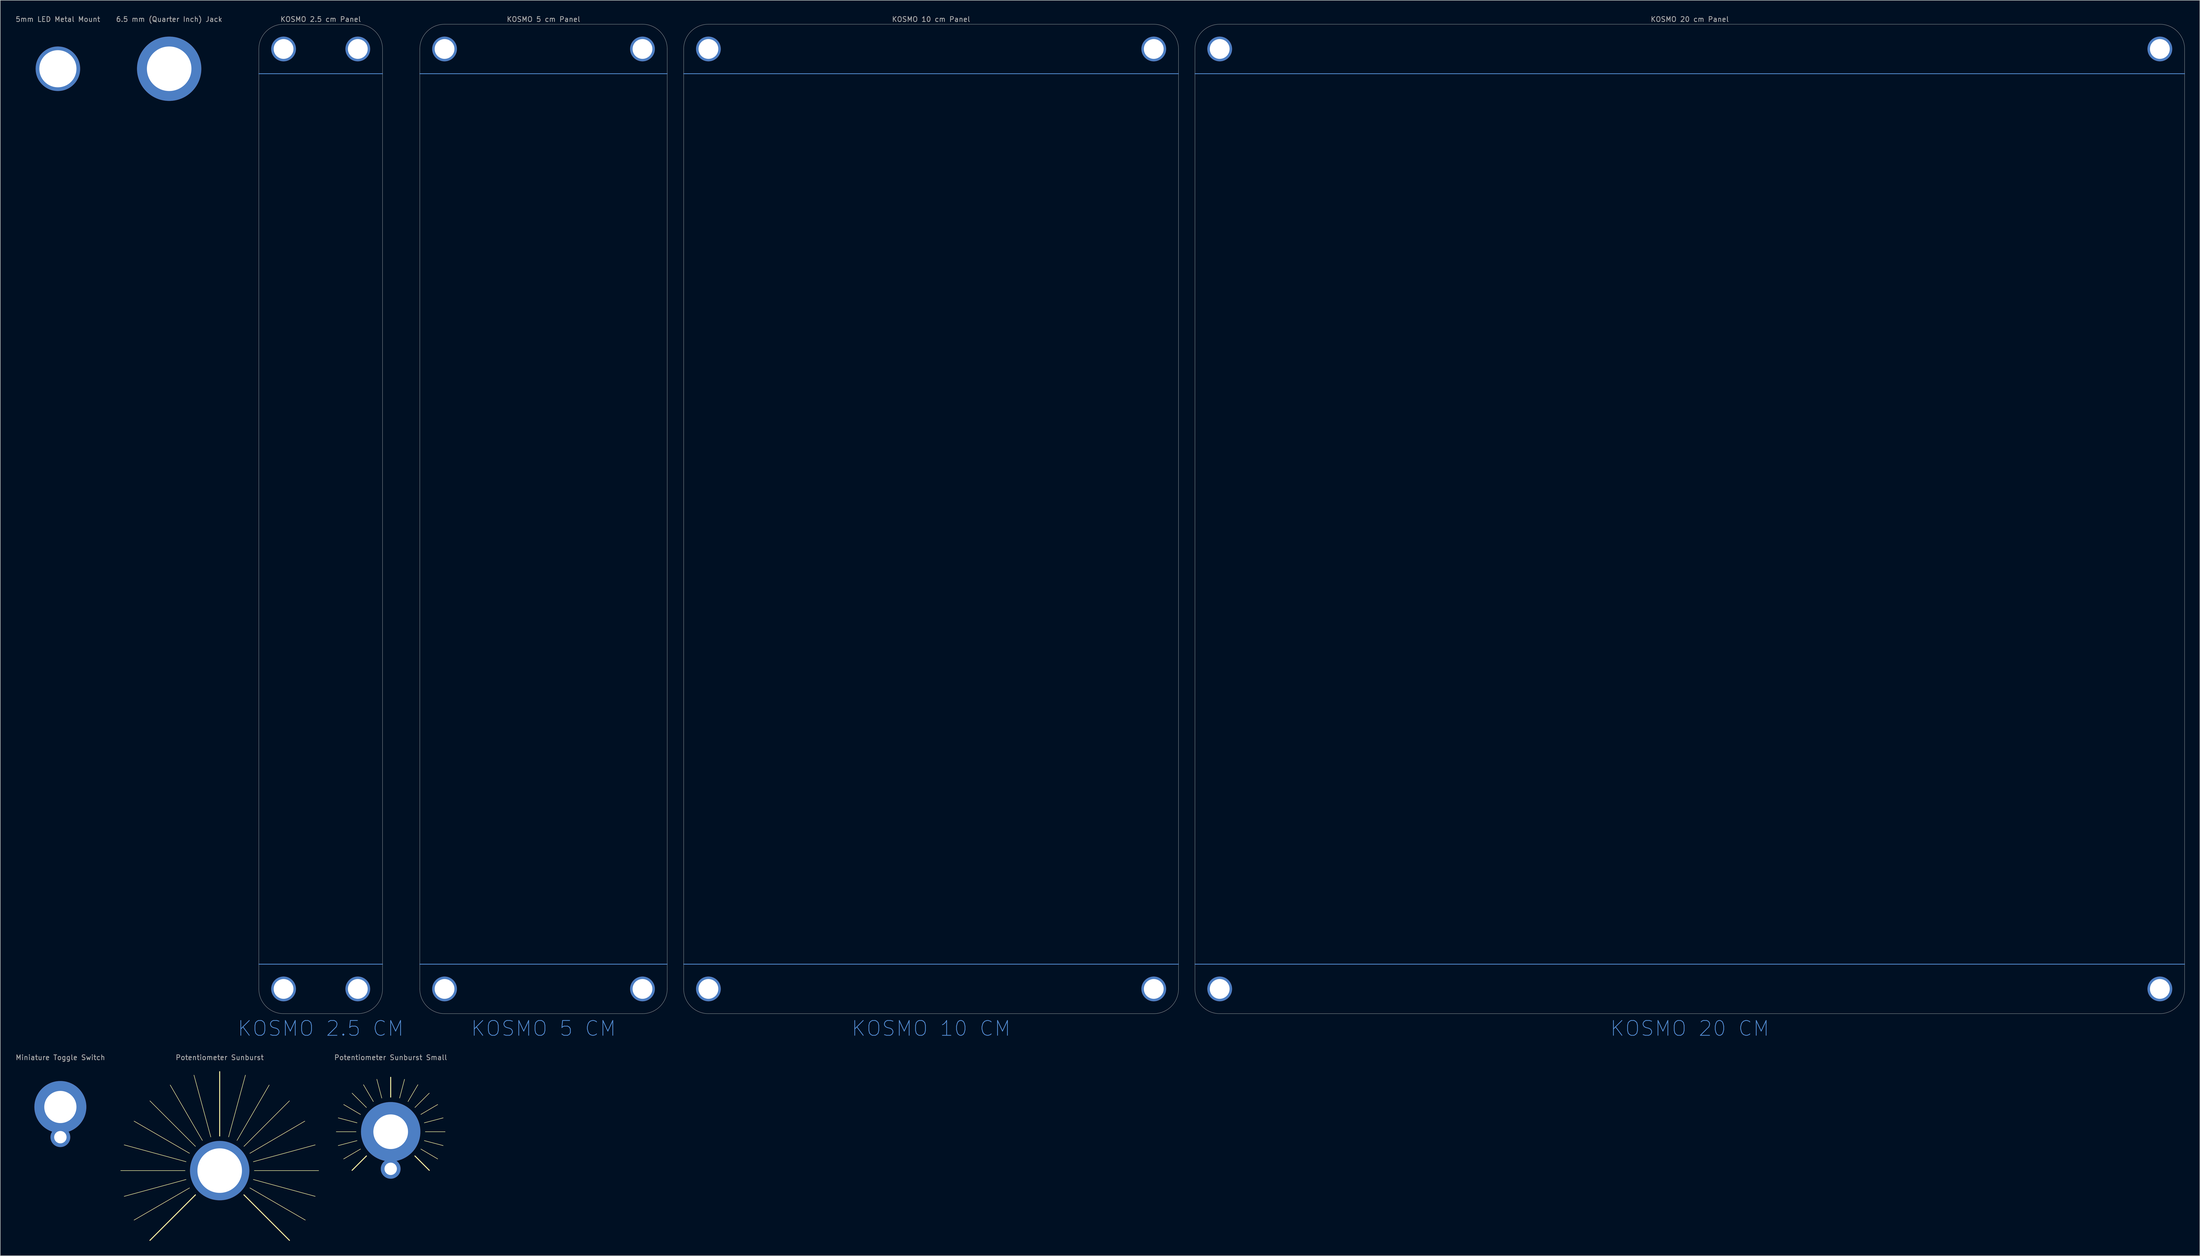
<source format=kicad_pcb>
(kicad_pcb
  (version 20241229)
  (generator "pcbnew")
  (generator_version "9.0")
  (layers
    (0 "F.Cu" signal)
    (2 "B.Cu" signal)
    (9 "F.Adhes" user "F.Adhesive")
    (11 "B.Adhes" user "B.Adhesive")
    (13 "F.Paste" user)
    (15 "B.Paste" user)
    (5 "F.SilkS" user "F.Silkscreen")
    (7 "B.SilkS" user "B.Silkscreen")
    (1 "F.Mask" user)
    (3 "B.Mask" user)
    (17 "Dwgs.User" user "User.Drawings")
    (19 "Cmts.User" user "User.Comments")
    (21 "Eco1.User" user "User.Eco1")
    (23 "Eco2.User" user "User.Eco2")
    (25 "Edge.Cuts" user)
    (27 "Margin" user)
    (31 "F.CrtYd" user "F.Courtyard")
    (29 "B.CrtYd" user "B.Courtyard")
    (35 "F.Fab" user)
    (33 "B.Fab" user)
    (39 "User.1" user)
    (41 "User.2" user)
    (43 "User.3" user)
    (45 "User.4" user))
  (footprint "6.5 mm (Quarter Inch) Jack"
    (layer "F.Cu")
    (at 31.137 10.848)
    (property "Reference" "6.5 mm (Quarter Inch) Jack" (at 0 -10 0) (unlocked yes) (layer "F.Fab") (effects (font (size 1 1) (thickness 0.15))))
    (pad "" thru_hole circle (at 0 0) (size 13 13) (drill 9) (layers "*.Cu" "*.Mask")))
  (footprint "KOSMO 20 cm Panel"
    (layer "F.Cu")
    (at 238.44 1.848)
    (property "Reference" "KOSMO 20 cm Panel" (at 100 -1 0) (unlocked yes) (layer "F.Fab") (effects (font (size 1 1) (thickness 0.15))))
    (attr board_only)
    (fp_line (start 0 10) (end 200 10) (stroke (width 0.15) (type solid)) (layer "Cmts.User"))
    (fp_line (start 0 190) (end 200 190) (stroke (width 0.15) (type solid)) (layer "Cmts.User"))
    (fp_line (start 0 5) (end 0 195) (stroke (width 0.05) (type solid)) (layer "Edge.Cuts"))
    (fp_line (start 5 0) (end 195 0) (stroke (width 0.05) (type solid)) (layer "Edge.Cuts"))
    (fp_line (start 5 200) (end 195 200) (stroke (width 0.05) (type solid)) (layer "Edge.Cuts"))
    (fp_line (start 200 5) (end 200 195) (stroke (width 0.05) (type solid)) (layer "Edge.Cuts"))
    (fp_arc (start 0 5) (mid 1.464466 1.464466) (end 5 0) (stroke (width 0.05) (type solid)) (layer "Edge.Cuts"))
    (fp_arc (start 5 200) (mid 1.464466 198.535534) (end 0 195) (stroke (width 0.05) (type solid)) (layer "Edge.Cuts"))
    (fp_arc (start 195 0) (mid 198.535534 1.464466) (end 200 5) (stroke (width 0.05) (type solid)) (layer "Edge.Cuts"))
    (fp_arc (start 200 195) (mid 198.535534 198.535534) (end 195 200) (stroke (width 0.05) (type solid)) (layer "Edge.Cuts"))
    (fp_text user "KOSMO 20 CM" (at 100 203 0) (layer "Cmts.User") (effects (font (size 3 3) (thickness 0.15))))
    (pad "" np_thru_hole circle (at 5 5) (size 5 5) (drill 4) (layers "*.Cu" "*.Mask"))
    (pad "" np_thru_hole circle (at 5 195) (size 5 5) (drill 4) (layers "*.Cu" "*.Mask"))
    (pad "" np_thru_hole circle (at 195 5) (size 5 5) (drill 4) (layers "*.Cu" "*.Mask"))
    (pad "" np_thru_hole circle (at 195 195) (size 5 5) (drill 4) (layers "*.Cu" "*.Mask")))
  (footprint "KOSMO 2.5 cm Panel"
    (layer "F.Cu")
    (at 49.258 1.848)
    (property "Reference" "KOSMO 2.5 cm Panel" (at 12.5 -1 0) (unlocked yes) (layer "F.Fab") (effects (font (size 1 1) (thickness 0.15))))
    (fp_line (start 0 10) (end 25 10) (stroke (width 0.15) (type solid)) (layer "Cmts.User"))
    (fp_line (start 0 190) (end 25 190) (stroke (width 0.15) (type solid)) (layer "Cmts.User"))
    (fp_line (start 0 5) (end 0 195) (stroke (width 0.05) (type solid)) (layer "Edge.Cuts"))
    (fp_line (start 5 0) (end 20 0) (stroke (width 0.05) (type solid)) (layer "Edge.Cuts"))
    (fp_line (start 5 200) (end 20 200) (stroke (width 0.05) (type solid)) (layer "Edge.Cuts"))
    (fp_line (start 25 5) (end 25 195) (stroke (width 0.05) (type solid)) (layer "Edge.Cuts"))
    (fp_arc (start 0 5) (mid 1.464466 1.464466) (end 5 0) (stroke (width 0.05) (type solid)) (layer "Edge.Cuts"))
    (fp_arc (start 5 200) (mid 1.464466 198.535534) (end 0 195) (stroke (width 0.05) (type solid)) (layer "Edge.Cuts"))
    (fp_arc (start 20 0) (mid 23.535534 1.464466) (end 25 5) (stroke (width 0.05) (type solid)) (layer "Edge.Cuts"))
    (fp_arc (start 25 195) (mid 23.535534 198.535534) (end 20 200) (stroke (width 0.05) (type solid)) (layer "Edge.Cuts"))
    (fp_text user "KOSMO 2.5 CM" (at 12.5 203 0) (layer "Cmts.User") (effects (font (size 3 3) (thickness 0.15))))
    (pad "" np_thru_hole circle (at 5 5) (size 5 5) (drill 4) (layers "*.Cu" "*.Mask"))
    (pad "" np_thru_hole circle (at 5 195) (size 5 5) (drill 4) (layers "*.Cu" "*.Mask"))
    (pad "" np_thru_hole circle (at 20 5) (size 5 5) (drill 4) (layers "*.Cu" "*.Mask"))
    (pad "" np_thru_hole circle (at 20 195) (size 5 5) (drill 4) (layers "*.Cu" "*.Mask")))
  (footprint "KOSMO 10 cm Panel"
    (layer "F.Cu")
    (at 135.115 1.848)
    (property "Reference" "KOSMO 10 cm Panel" (at 50 -1 0) (unlocked yes) (layer "F.Fab") (effects (font (size 1 1) (thickness 0.15))))
    (attr board_only)
    (fp_line (start 0 10) (end 100 10) (stroke (width 0.15) (type solid)) (layer "Cmts.User"))
    (fp_line (start 0 190) (end 100 190) (stroke (width 0.15) (type solid)) (layer "Cmts.User"))
    (fp_line (start 0 5) (end 0 195) (stroke (width 0.05) (type solid)) (layer "Edge.Cuts"))
    (fp_line (start 5 0) (end 95 0) (stroke (width 0.05) (type solid)) (layer "Edge.Cuts"))
    (fp_line (start 5 200) (end 95 200) (stroke (width 0.05) (type solid)) (layer "Edge.Cuts"))
    (fp_line (start 100 5) (end 100 195) (stroke (width 0.05) (type solid)) (layer "Edge.Cuts"))
    (fp_arc (start 0 5) (mid 1.464466 1.464466) (end 5 0) (stroke (width 0.05) (type solid)) (layer "Edge.Cuts"))
    (fp_arc (start 5 200) (mid 1.464466 198.535534) (end 0 195) (stroke (width 0.05) (type solid)) (layer "Edge.Cuts"))
    (fp_arc (start 95 0) (mid 98.535534 1.464466) (end 100 5) (stroke (width 0.05) (type solid)) (layer "Edge.Cuts"))
    (fp_arc (start 100 195) (mid 98.535534 198.535534) (end 95 200) (stroke (width 0.05) (type solid)) (layer "Edge.Cuts"))
    (fp_text user "KOSMO 10 CM" (at 50 203 0) (layer "Cmts.User") (effects (font (size 3 3) (thickness 0.15))))
    (pad "" np_thru_hole circle (at 5 5) (size 5 5) (drill 4) (layers "*.Cu" "*.Mask"))
    (pad "" np_thru_hole circle (at 5 195) (size 5 5) (drill 4) (layers "*.Cu" "*.Mask"))
    (pad "" np_thru_hole circle (at 95 5) (size 5 5) (drill 4) (layers "*.Cu" "*.Mask"))
    (pad "" np_thru_hole circle (at 95 195) (size 5 5) (drill 4) (layers "*.Cu" "*.Mask")))
  (footprint "Potentiometer Sunburst Small"
    (layer "F.Cu")
    (at 75.904 225.715)
    (property "Reference" "Potentiometer Sunburst Small" (at 0 -15 0) (unlocked yes) (layer "F.Fab") (effects (font (size 1 1) (thickness 0.15))))
    (fp_line (start -7.8 -7.8) (end -4.9 -4.9) (stroke (width 0.1) (type solid)) (layer "F.SilkS"))
    (fp_line (start -7 0) (end -11 0) (stroke (width 0.1) (type solid)) (layer "F.SilkS"))
    (fp_line (start -6.8 -1.8) (end -10.6 -2.8) (stroke (width 0.1) (type solid)) (layer "F.SilkS"))
    (fp_line (start -6.8 1.8) (end -10.6 2.8) (stroke (width 0.1) (type solid)) (layer "F.SilkS"))
    (fp_line (start -6.1 -3.5) (end -9.5 -5.5) (stroke (width 0.1) (type solid)) (layer "F.SilkS"))
    (fp_line (start -6.1 3.5) (end -9.5 5.5) (stroke (width 0.1) (type solid)) (layer "F.SilkS"))
    (fp_line (start -4.9 4.9) (end -7.8 7.8) (stroke (width 0.2) (type solid)) (layer "F.SilkS"))
    (fp_line (start -3.5 -6.1) (end -5.5 -9.5) (stroke (width 0.1) (type solid)) (layer "F.SilkS"))
    (fp_line (start -1.8 -6.8) (end -2.8 -10.6) (stroke (width 0.1) (type solid)) (layer "F.SilkS"))
    (fp_line (start 0 -7) (end 0 -11) (stroke (width 0.2) (type solid)) (layer "F.SilkS"))
    (fp_line (start 2.8 -10.6) (end 1.8 -6.8) (stroke (width 0.1) (type solid)) (layer "F.SilkS"))
    (fp_line (start 4.9 -4.9) (end 7.8 -7.8) (stroke (width 0.1) (type solid)) (layer "F.SilkS"))
    (fp_line (start 4.9 4.9) (end 7.8 7.8) (stroke (width 0.2) (type solid)) (layer "F.SilkS"))
    (fp_line (start 5.5 -9.5) (end 3.5 -6.1) (stroke (width 0.1) (type solid)) (layer "F.SilkS"))
    (fp_line (start 9.5 -5.5) (end 6.1 -3.5) (stroke (width 0.1) (type solid)) (layer "F.SilkS"))
    (fp_line (start 9.5 5.5) (end 6.1 3.5) (stroke (width 0.1) (type solid)) (layer "F.SilkS"))
    (fp_line (start 10.6 -2.8) (end 6.8 -1.8) (stroke (width 0.1) (type solid)) (layer "F.SilkS"))
    (fp_line (start 10.6 2.8) (end 6.8 1.8) (stroke (width 0.1) (type solid)) (layer "F.SilkS"))
    (fp_line (start 11 0) (end 7 0) (stroke (width 0.1) (type solid)) (layer "F.SilkS"))
    (pad "" thru_hole circle (at 0 0) (size 12 12) (drill 7) (layers "*.Cu" "*.Mask"))
    (pad "" thru_hole circle (at 0 7.5) (size 4 4) (drill 2.5) (layers "*.Cu" "*.Mask")))
  (footprint "KOSMO 5 cm Panel"
    (layer "F.Cu")
    (at 81.79 1.848)
    (property "Reference" "KOSMO 5 cm Panel" (at 25 -1 0) (layer "F.Fab") (effects (font (size 1 1) (thickness 0.15))))
    (attr board_only)
    (fp_line (start 0 10) (end 50 10) (stroke (width 0.15) (type solid)) (layer "Cmts.User"))
    (fp_line (start 0 190) (end 50 190) (stroke (width 0.15) (type solid)) (layer "Cmts.User"))
    (fp_line (start 0 5) (end 0 195) (stroke (width 0.05) (type solid)) (layer "Edge.Cuts"))
    (fp_line (start 5 0) (end 45 0) (stroke (width 0.05) (type solid)) (layer "Edge.Cuts"))
    (fp_line (start 5 200) (end 45 200) (stroke (width 0.05) (type solid)) (layer "Edge.Cuts"))
    (fp_line (start 50 5) (end 50 195) (stroke (width 0.05) (type solid)) (layer "Edge.Cuts"))
    (fp_arc (start 0 5) (mid 1.464466 1.464466) (end 5 0) (stroke (width 0.05) (type solid)) (layer "Edge.Cuts"))
    (fp_arc (start 5 200) (mid 1.464466 198.535534) (end 0 195) (stroke (width 0.05) (type solid)) (layer "Edge.Cuts"))
    (fp_arc (start 45 0) (mid 48.535534 1.464466) (end 50 5) (stroke (width 0.05) (type solid)) (layer "Edge.Cuts"))
    (fp_arc (start 50 195) (mid 48.535534 198.535534) (end 45 200) (stroke (width 0.05) (type solid)) (layer "Edge.Cuts"))
    (fp_text user "KOSMO 5 CM" (at 25 203 0) (layer "Cmts.User") (effects (font (size 3 3) (thickness 0.15))))
    (pad "" np_thru_hole circle (at 5 5) (size 5 5) (drill 4) (layers "*.Cu" "*.Mask"))
    (pad "" np_thru_hole circle (at 5 195) (size 5 5) (drill 4) (layers "*.Cu" "*.Mask"))
    (pad "" np_thru_hole circle (at 45 5) (size 5 5) (drill 4) (layers "*.Cu" "*.Mask"))
    (pad "" np_thru_hole circle (at 45 195) (size 5 5) (drill 4) (layers "*.Cu" "*.Mask")))
  (footprint "5mm LED Metal Mount"
    (layer "F.Cu")
    (at 8.649 10.848)
    (property "Reference" "5mm LED Metal Mount" (at 0 -10 0) (unlocked yes) (layer "F.Fab") (effects (font (size 1 1) (thickness 0.15))))
    (pad "" thru_hole circle (at 0 0) (size 9 9) (drill 7.5) (layers "*.Cu" "*.Mask")))
  (footprint "Miniature Toggle Switch"
    (layer "F.Cu")
    (at 9.149 220.715)
    (property "Reference" "Miniature Toggle Switch" (at 0 -10 0) (unlocked yes) (layer "F.Fab") (effects (font (size 1 1) (thickness 0.15))))
    (pad "" thru_hole circle (at 0 0) (size 10.5 10.5) (drill 6.5) (layers "*.Cu" "*.Mask"))
    (pad "" thru_hole circle (at 0 6.1) (size 4 4) (drill 2.5) (layers "*.Cu" "*.Mask")))
  (footprint "Potentiometer Sunburst"
    (layer "F.Cu")
    (at 41.348 233.575)
    (property "Reference" "Potentiometer Sunburst" (at 0 -22.86 0) (unlocked yes) (layer "F.Fab") (effects (font (size 1 1) (thickness 0.15))))
    (attr board_only)
    (fp_line (start -14.1 -14.1) (end -4.9 -4.9) (stroke (width 0.1) (type solid)) (layer "F.SilkS"))
    (fp_line (start -7 0) (end -20 0) (stroke (width 0.1) (type solid)) (layer "F.SilkS"))
    (fp_line (start -6.8 -1.8) (end -19.3 -5.2) (stroke (width 0.1) (type solid)) (layer "F.SilkS"))
    (fp_line (start -6.8 1.8) (end -19.3 5.2) (stroke (width 0.1) (type solid)) (layer "F.SilkS"))
    (fp_line (start -6.1 -3.5) (end -17.3 -10) (stroke (width 0.1) (type solid)) (layer "F.SilkS"))
    (fp_line (start -6.1 3.5) (end -17.3 10) (stroke (width 0.1) (type solid)) (layer "F.SilkS"))
    (fp_line (start -4.9 4.9) (end -14.1 14.1) (stroke (width 0.2) (type solid)) (layer "F.SilkS"))
    (fp_line (start -3.5 -6.1) (end -10 -17.3) (stroke (width 0.1) (type solid)) (layer "F.SilkS"))
    (fp_line (start -1.8 -6.8) (end -5.2 -19.3) (stroke (width 0.1) (type solid)) (layer "F.SilkS"))
    (fp_line (start 0 -7) (end 0 -20) (stroke (width 0.2) (type solid)) (layer "F.SilkS"))
    (fp_line (start 1.8 -6.8) (end 5.2 -19.3) (stroke (width 0.1) (type solid)) (layer "F.SilkS"))
    (fp_line (start 3.5 -6.1) (end 10 -17.3) (stroke (width 0.1) (type solid)) (layer "F.SilkS"))
    (fp_line (start 6.1 -3.5) (end 17.2 -10) (stroke (width 0.1) (type solid)) (layer "F.SilkS"))
    (fp_line (start 6.1 3.5) (end 17.3 10) (stroke (width 0.1) (type solid)) (layer "F.SilkS"))
    (fp_line (start 6.8 -1.8) (end 19.3 -5.2) (stroke (width 0.1) (type solid)) (layer "F.SilkS"))
    (fp_line (start 6.8 1.8) (end 19.3 5.2) (stroke (width 0.1) (type solid)) (layer "F.SilkS"))
    (fp_line (start 14.1 -14.1) (end 4.9 -4.9) (stroke (width 0.1) (type solid)) (layer "F.SilkS"))
    (fp_line (start 14.1 14.1) (end 4.9 4.9) (stroke (width 0.2) (type solid)) (layer "F.SilkS"))
    (fp_line (start 20 0) (end 7 0) (stroke (width 0.1) (type solid)) (layer "F.SilkS"))
    (pad "" thru_hole circle (at 0 0) (size 12 12) (drill 9) (layers "*.Cu" "*.Mask")))
  (gr_rect
    (start -3 -3)
    (end 441.515 250.775)
    (stroke (width 0.1) (type default))
    (fill no)
    (layer "Edge.Cuts")))
</source>
